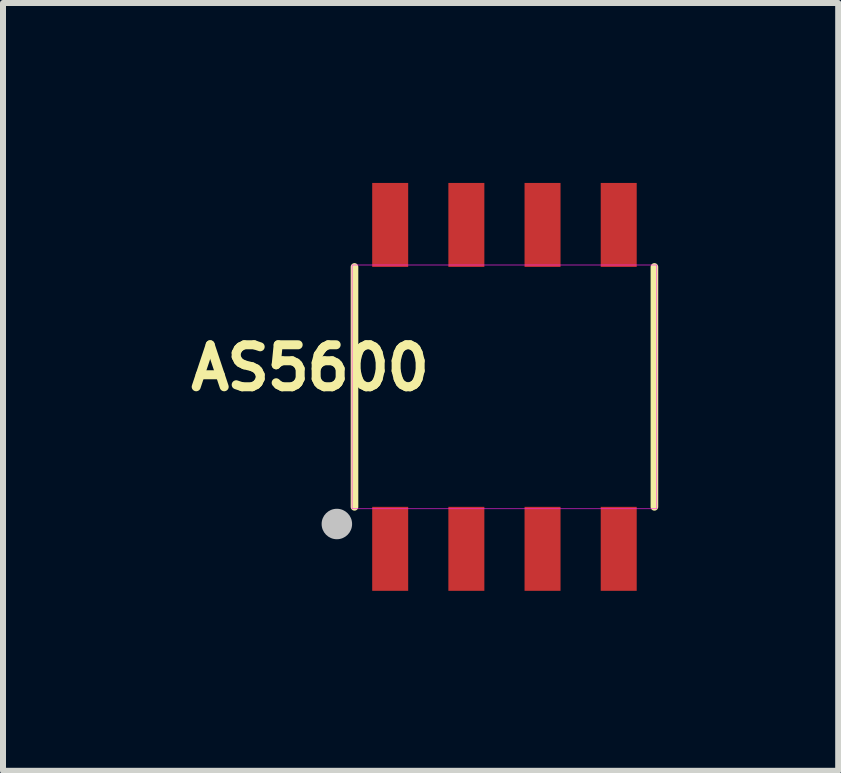
<source format=kicad_pcb>
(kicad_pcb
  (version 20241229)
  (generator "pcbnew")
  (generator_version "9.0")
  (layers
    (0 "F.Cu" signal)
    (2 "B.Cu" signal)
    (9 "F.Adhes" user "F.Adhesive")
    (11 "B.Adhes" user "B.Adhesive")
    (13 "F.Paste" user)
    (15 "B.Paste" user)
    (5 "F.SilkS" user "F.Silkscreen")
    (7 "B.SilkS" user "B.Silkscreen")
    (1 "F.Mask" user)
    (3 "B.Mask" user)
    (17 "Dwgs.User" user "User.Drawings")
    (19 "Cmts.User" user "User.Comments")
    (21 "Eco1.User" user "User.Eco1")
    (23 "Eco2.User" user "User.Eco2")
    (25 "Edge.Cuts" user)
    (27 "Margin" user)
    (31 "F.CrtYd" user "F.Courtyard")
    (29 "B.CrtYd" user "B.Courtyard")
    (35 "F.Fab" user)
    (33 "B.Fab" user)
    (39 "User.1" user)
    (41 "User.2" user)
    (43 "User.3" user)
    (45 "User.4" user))
  (footprint "AS5600"
    (layer "F.Cu")
    (at 5.36 3.4)
    (property "Reference" "AS5600" (at -3.239 -0.318 180) (layer "F.SilkS") (effects (font (size 0.7 0.7) (thickness 0.15))))
    (attr through_hole)
    (fp_line (start -2.5 2) (end -2.5 -2) (stroke (width 0.127) (type solid)) (layer "F.SilkS"))
    (fp_line (start 2.5 -2) (end 2.5 2) (stroke (width 0.127) (type solid)) (layer "F.SilkS"))
    (fp_circle (center -2.794 2.286) (end -2.54 2.286) (stroke (width 0) (type solid)) (fill yes) (layer "Dwgs.User"))
    (fp_poly (pts (xy -2.54 -2.032) (xy 2.54 -2.032) (xy 2.54 2.032) (xy -2.54 2.032)) (stroke (width 0.01) (type solid)) (fill no) (layer "F.CrtYd"))
    (pad "1" smd rect (at -1.905 2.7 90) (size 1.4 0.6) (layers "F.Cu" "F.Mask" "F.Paste"))
    (pad "2" smd rect (at -0.635 2.7 90) (size 1.4 0.6) (layers "F.Cu" "F.Mask" "F.Paste"))
    (pad "3" smd rect (at 0.635 2.7 90) (size 1.4 0.6) (layers "F.Cu" "F.Mask" "F.Paste"))
    (pad "4" smd rect (at 1.905 2.7 90) (size 1.4 0.6) (layers "F.Cu" "F.Mask" "F.Paste"))
    (pad "5" smd rect (at 1.905 -2.7 90) (size 1.4 0.6) (layers "F.Cu" "F.Mask" "F.Paste"))
    (pad "6" smd rect (at 0.635 -2.7 90) (size 1.4 0.6) (layers "F.Cu" "F.Mask" "F.Paste"))
    (pad "7" smd rect (at -0.635 -2.7 90) (size 1.4 0.6) (layers "F.Cu" "F.Mask" "F.Paste"))
    (pad "8" smd rect (at -1.905 -2.7 90) (size 1.4 0.6) (layers "F.Cu" "F.Mask" "F.Paste")))
  (gr_rect
    (start -3 -3)
    (end 10.924 9.8)
    (stroke (width 0.1) (type default))
    (fill no)
    (layer "Edge.Cuts")))
</source>
